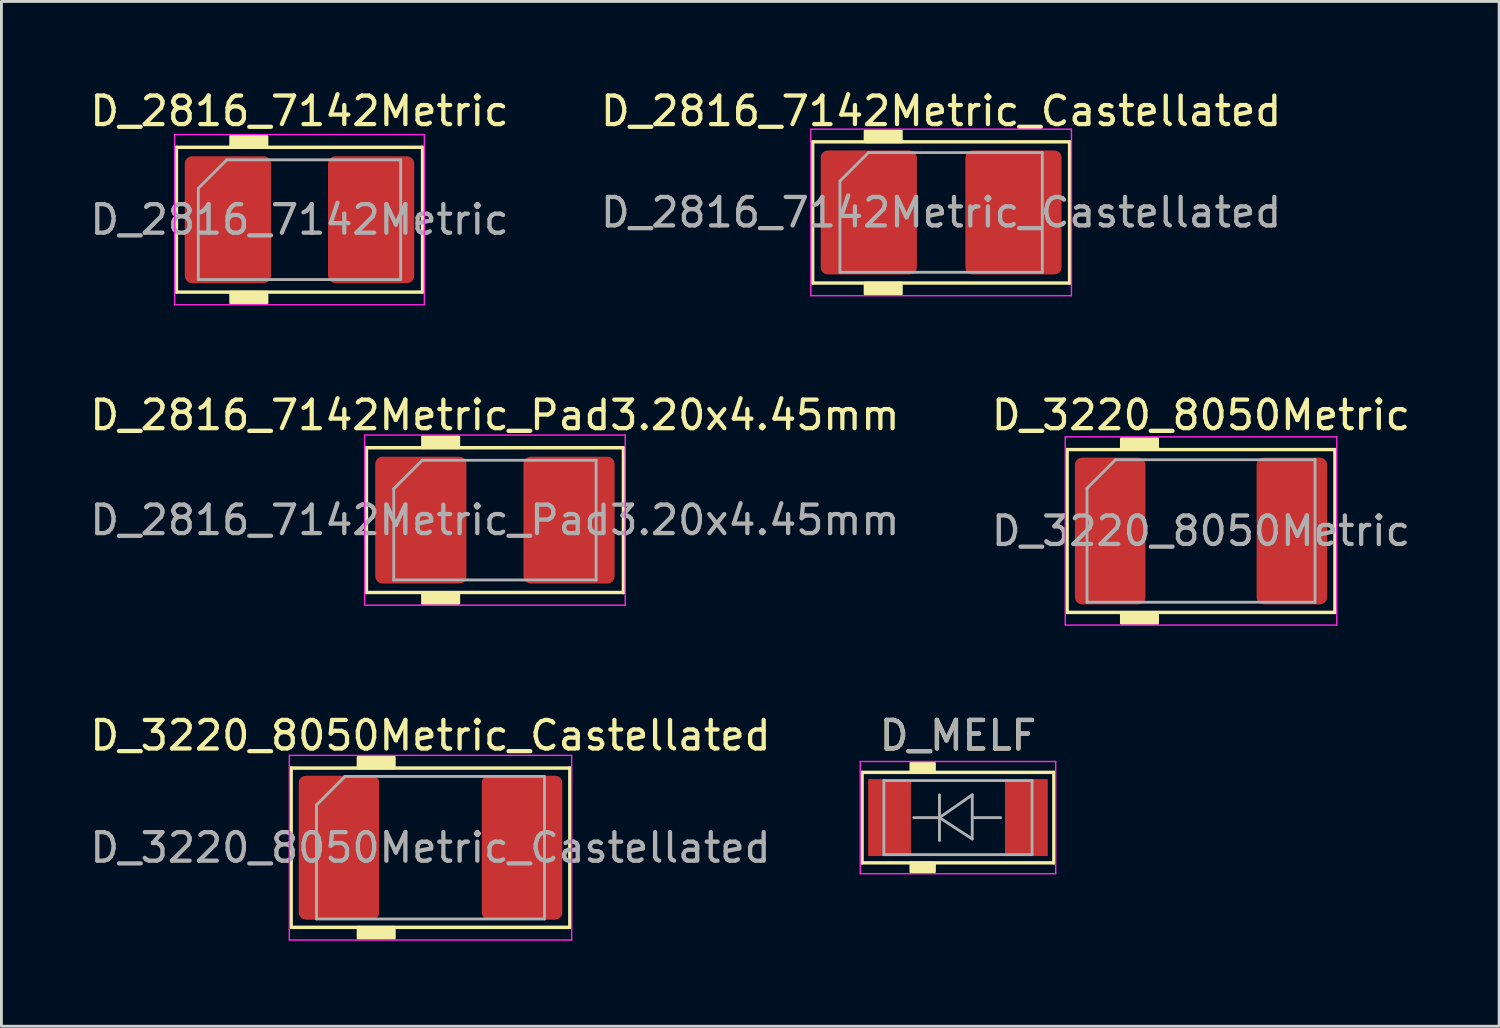
<source format=kicad_pcb>
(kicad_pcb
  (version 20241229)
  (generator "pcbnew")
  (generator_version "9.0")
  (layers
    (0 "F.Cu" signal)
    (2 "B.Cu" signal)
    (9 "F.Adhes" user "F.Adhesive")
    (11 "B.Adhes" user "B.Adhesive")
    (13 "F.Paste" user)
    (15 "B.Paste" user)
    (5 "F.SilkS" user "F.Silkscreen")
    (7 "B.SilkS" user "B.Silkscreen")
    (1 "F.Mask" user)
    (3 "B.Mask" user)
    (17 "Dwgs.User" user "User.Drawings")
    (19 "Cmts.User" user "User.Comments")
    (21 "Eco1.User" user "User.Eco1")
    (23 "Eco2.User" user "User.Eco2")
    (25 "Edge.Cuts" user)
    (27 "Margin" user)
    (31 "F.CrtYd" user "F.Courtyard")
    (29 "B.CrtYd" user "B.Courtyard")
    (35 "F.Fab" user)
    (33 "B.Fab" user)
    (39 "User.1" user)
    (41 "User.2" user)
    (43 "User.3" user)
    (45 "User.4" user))
  (footprint "D_2816_7142Metric_Pad3.20x4.45mm"
    (layer "F.Cu")
    (at 14.315 15.199)
    (property "Reference" "D_2816_7142Metric_Pad3.20x4.45mm" (at 0 -3.683 0) (layer "F.SilkS") (effects (font (size 1 1) (thickness 0.15))))
    (attr smd)
    (fp_line (start -4.508 -2.54) (end -4.508 2.54) (stroke (width 0.12) (type solid)) (layer "F.SilkS"))
    (fp_line (start -4.508 2.54) (end 4.508 2.54) (stroke (width 0.12) (type solid)) (layer "F.SilkS"))
    (fp_line (start 4.508 -2.54) (end -4.508 -2.54) (stroke (width 0.12) (type solid)) (layer "F.SilkS"))
    (fp_line (start 4.508 2.54) (end 4.508 -2.54) (stroke (width 0.12) (type solid)) (layer "F.SilkS"))
    (fp_poly (pts (xy -1.27 -2.54) (xy -2.54 -2.54) (xy -2.54 -2.921) (xy -1.27 -2.921)) (stroke (width 0.1) (type solid)) (fill yes) (layer "F.SilkS"))
    (fp_poly (pts (xy -1.27 2.921) (xy -2.54 2.921) (xy -2.54 2.54) (xy -1.27 2.54)) (stroke (width 0.1) (type solid)) (fill yes) (layer "F.SilkS"))
    (fp_line (start -4.572 -2.985) (end 4.572 -2.985) (stroke (width 0.05) (type solid)) (layer "F.CrtYd"))
    (fp_line (start -4.572 2.985) (end -4.572 -2.985) (stroke (width 0.05) (type solid)) (layer "F.CrtYd"))
    (fp_line (start 4.572 -2.985) (end 4.572 2.985) (stroke (width 0.05) (type solid)) (layer "F.CrtYd"))
    (fp_line (start 4.572 2.985) (end -4.572 2.985) (stroke (width 0.05) (type solid)) (layer "F.CrtYd"))
    (fp_line (start -3.55 -1.1) (end -3.55 2.1) (stroke (width 0.1) (type solid)) (layer "F.Fab"))
    (fp_line (start -3.55 2.1) (end 3.55 2.1) (stroke (width 0.1) (type solid)) (layer "F.Fab"))
    (fp_line (start -2.55 -2.1) (end -3.55 -1.1) (stroke (width 0.1) (type solid)) (layer "F.Fab"))
    (fp_line (start 3.55 -2.1) (end -2.55 -2.1) (stroke (width 0.1) (type solid)) (layer "F.Fab"))
    (fp_line (start 3.55 2.1) (end 3.55 -2.1) (stroke (width 0.1) (type solid)) (layer "F.Fab"))
    (fp_text user "${REFERENCE}" (at 0 0 0) (layer "F.Fab") (effects (font (size 1 1) (thickness 0.15))))
    (pad "1" smd roundrect (at -2.6 0) (size 3.2 4.45) (layers "F.Cu" "F.Mask" "F.Paste") (roundrect_rratio 0.078))
    (pad "2" smd roundrect (at 2.6 0) (size 3.2 4.45) (layers "F.Cu" "F.Mask" "F.Paste") (roundrect_rratio 0.078)))
  (footprint "D_MELF"
    (layer "F.Cu")
    (at 30.561 25.636)
    (property "Reference" "D_MELF" (at 0 -2.881 0) (layer "F.SilkS") (effects (font (size 1 1) (thickness 0.15))))
    (attr smd)
    (fp_line (start -3.365 -1.587) (end 3.365 -1.587) (stroke (width 0.12) (type solid)) (layer "F.SilkS"))
    (fp_line (start -3.365 1.587) (end -3.365 -1.587) (stroke (width 0.12) (type solid)) (layer "F.SilkS"))
    (fp_line (start 3.365 -1.587) (end 3.365 1.587) (stroke (width 0.12) (type solid)) (layer "F.SilkS"))
    (fp_line (start 3.365 1.587) (end -3.365 1.587) (stroke (width 0.12) (type solid)) (layer "F.SilkS"))
    (fp_poly (pts (xy -0.826 -1.587) (xy -1.651 -1.587) (xy -1.651 -1.905) (xy -0.826 -1.905)) (stroke (width 0.1) (type solid)) (fill yes) (layer "F.SilkS"))
    (fp_poly (pts (xy -0.826 1.905) (xy -1.651 1.905) (xy -1.651 1.587) (xy -0.826 1.587)) (stroke (width 0.1) (type solid)) (fill yes) (layer "F.SilkS"))
    (fp_line (start -3.429 -1.968) (end 3.429 -1.968) (stroke (width 0.05) (type solid)) (layer "F.CrtYd"))
    (fp_line (start -3.429 1.968) (end -3.429 -1.968) (stroke (width 0.05) (type solid)) (layer "F.CrtYd"))
    (fp_line (start 3.429 -1.968) (end 3.429 1.968) (stroke (width 0.05) (type solid)) (layer "F.CrtYd"))
    (fp_line (start 3.429 1.968) (end -3.429 1.968) (stroke (width 0.05) (type solid)) (layer "F.CrtYd"))
    (fp_line (start -2.6 -1.3) (end -2.6 1.3) (stroke (width 0.1) (type solid)) (layer "F.Fab"))
    (fp_line (start -2.6 1.3) (end 2.6 1.3) (stroke (width 0.1) (type solid)) (layer "F.Fab"))
    (fp_line (start -0.649 -0.799) (end -0.649 0.801) (stroke (width 0.1) (type solid)) (layer "F.Fab"))
    (fp_line (start -0.649 0.001) (end -1.551 0.001) (stroke (width 0.1) (type solid)) (layer "F.Fab"))
    (fp_line (start -0.649 0.001) (end 0.501 -0.799) (stroke (width 0.1) (type solid)) (layer "F.Fab"))
    (fp_line (start -0.649 0.001) (end 0.501 0.75) (stroke (width 0.1) (type solid)) (layer "F.Fab"))
    (fp_line (start 0.501 0.001) (end 1.499 0.001) (stroke (width 0.1) (type solid)) (layer "F.Fab"))
    (fp_line (start 0.501 0.75) (end 0.501 -0.799) (stroke (width 0.1) (type solid)) (layer "F.Fab"))
    (fp_line (start 2.6 -1.3) (end -2.6 -1.3) (stroke (width 0.1) (type solid)) (layer "F.Fab"))
    (fp_line (start 2.6 1.3) (end 2.6 -1.3) (stroke (width 0.1) (type solid)) (layer "F.Fab"))
    (fp_text user "${REFERENCE}" (at 0 -2.881 0) (layer "F.Fab") (effects (font (size 1 1) (thickness 0.15))))
    (pad "1" smd rect (at -2.4 0) (size 1.5 2.7) (layers "F.Cu" "F.Mask" "F.Paste"))
    (pad "2" smd rect (at 2.4 0) (size 1.5 2.7) (layers "F.Cu" "F.Mask" "F.Paste")))
  (footprint "D_2816_7142Metric_Castellated"
    (layer "F.Cu")
    (at 29.97 4.404)
    (property "Reference" "D_2816_7142Metric_Castellated" (at 0 -3.556 0) (layer "F.SilkS") (effects (font (size 1 1) (thickness 0.15))))
    (attr smd)
    (fp_line (start -4.508 -2.477) (end 4.508 -2.477) (stroke (width 0.12) (type solid)) (layer "F.SilkS"))
    (fp_line (start -4.508 2.477) (end -4.508 -2.477) (stroke (width 0.12) (type solid)) (layer "F.SilkS"))
    (fp_line (start 4.508 -2.477) (end 4.508 2.477) (stroke (width 0.12) (type solid)) (layer "F.SilkS"))
    (fp_line (start 4.508 2.477) (end -4.508 2.477) (stroke (width 0.12) (type solid)) (layer "F.SilkS"))
    (fp_poly (pts (xy -1.397 -2.477) (xy -2.667 -2.477) (xy -2.667 -2.857) (xy -1.397 -2.857)) (stroke (width 0.1) (type solid)) (fill yes) (layer "F.SilkS"))
    (fp_poly (pts (xy -1.397 2.857) (xy -2.667 2.857) (xy -2.667 2.477) (xy -1.397 2.477)) (stroke (width 0.1) (type solid)) (fill yes) (layer "F.SilkS"))
    (fp_line (start -4.572 -2.921) (end 4.572 -2.921) (stroke (width 0.05) (type solid)) (layer "F.CrtYd"))
    (fp_line (start -4.572 2.921) (end -4.572 -2.921) (stroke (width 0.05) (type solid)) (layer "F.CrtYd"))
    (fp_line (start 4.572 -2.921) (end 4.572 2.921) (stroke (width 0.05) (type solid)) (layer "F.CrtYd"))
    (fp_line (start 4.572 2.921) (end -4.572 2.921) (stroke (width 0.05) (type solid)) (layer "F.CrtYd"))
    (fp_line (start -3.55 -1.1) (end -3.55 2.1) (stroke (width 0.1) (type solid)) (layer "F.Fab"))
    (fp_line (start -3.55 2.1) (end 3.55 2.1) (stroke (width 0.1) (type solid)) (layer "F.Fab"))
    (fp_line (start -2.55 -2.1) (end -3.55 -1.1) (stroke (width 0.1) (type solid)) (layer "F.Fab"))
    (fp_line (start 3.55 -2.1) (end -2.55 -2.1) (stroke (width 0.1) (type solid)) (layer "F.Fab"))
    (fp_line (start 3.55 2.1) (end 3.55 -2.1) (stroke (width 0.1) (type solid)) (layer "F.Fab"))
    (fp_text user "${REFERENCE}" (at 0 0 0) (layer "F.Fab") (effects (font (size 1 1) (thickness 0.15))))
    (pad "1" smd roundrect (at -2.538 0) (size 3.375 4.35) (layers "F.Cu" "F.Mask" "F.Paste") (roundrect_rratio 0.074))
    (pad "2" smd roundrect (at 2.538 0) (size 3.375 4.35) (layers "F.Cu" "F.Mask" "F.Paste") (roundrect_rratio 0.074)))
  (footprint "D_3220_8050Metric_Castellated"
    (layer "F.Cu")
    (at 12.054 26.692)
    (property "Reference" "D_3220_8050Metric_Castellated" (at 0 -3.937 0) (layer "F.SilkS") (effects (font (size 1 1) (thickness 0.15))))
    (attr smd)
    (fp_line (start -4.889 -2.794) (end 4.889 -2.794) (stroke (width 0.12) (type solid)) (layer "F.SilkS"))
    (fp_line (start -4.889 2.794) (end -4.889 -2.794) (stroke (width 0.12) (type solid)) (layer "F.SilkS"))
    (fp_line (start 4.889 -2.794) (end 4.889 2.794) (stroke (width 0.12) (type solid)) (layer "F.SilkS"))
    (fp_line (start 4.889 2.794) (end -4.889 2.794) (stroke (width 0.12) (type solid)) (layer "F.SilkS"))
    (fp_poly (pts (xy -1.27 -2.794) (xy -2.54 -2.794) (xy -2.54 -3.175) (xy -1.27 -3.175)) (stroke (width 0.1) (type solid)) (fill yes) (layer "F.SilkS"))
    (fp_poly (pts (xy -1.27 3.175) (xy -2.54 3.175) (xy -2.54 2.794) (xy -1.27 2.794)) (stroke (width 0.1) (type solid)) (fill yes) (layer "F.SilkS"))
    (fp_line (start -4.953 -3.239) (end 4.953 -3.239) (stroke (width 0.05) (type solid)) (layer "F.CrtYd"))
    (fp_line (start -4.953 3.239) (end -4.953 -3.239) (stroke (width 0.05) (type solid)) (layer "F.CrtYd"))
    (fp_line (start 4.953 -3.239) (end 4.953 3.239) (stroke (width 0.05) (type solid)) (layer "F.CrtYd"))
    (fp_line (start 4.953 3.239) (end -4.953 3.239) (stroke (width 0.05) (type solid)) (layer "F.CrtYd"))
    (fp_line (start -4 -1.5) (end -4 2.5) (stroke (width 0.1) (type solid)) (layer "F.Fab"))
    (fp_line (start -4 2.5) (end 4 2.5) (stroke (width 0.1) (type solid)) (layer "F.Fab"))
    (fp_line (start -3 -2.5) (end -4 -1.5) (stroke (width 0.1) (type solid)) (layer "F.Fab"))
    (fp_line (start 4 -2.5) (end -3 -2.5) (stroke (width 0.1) (type solid)) (layer "F.Fab"))
    (fp_line (start 4 2.5) (end 4 -2.5) (stroke (width 0.1) (type solid)) (layer "F.Fab"))
    (fp_text user "${REFERENCE}" (at 0 0 0) (layer "F.Fab") (effects (font (size 1 1) (thickness 0.15))))
    (pad "1" smd roundrect (at -3.212 0) (size 2.825 5.05) (layers "F.Cu" "F.Mask" "F.Paste") (roundrect_rratio 0.088))
    (pad "2" smd roundrect (at 3.212 0) (size 2.825 5.05) (layers "F.Cu" "F.Mask" "F.Paste") (roundrect_rratio 0.088)))
  (footprint "D_3220_8050Metric"
    (layer "F.Cu")
    (at 39.089 15.58)
    (property "Reference" "D_3220_8050Metric" (at 0 -4.064 0) (layer "F.SilkS") (effects (font (size 1 1) (thickness 0.15))))
    (attr smd)
    (fp_line (start -4.699 -2.857) (end 4.699 -2.857) (stroke (width 0.12) (type solid)) (layer "F.SilkS"))
    (fp_line (start -4.699 2.857) (end -4.699 -2.857) (stroke (width 0.12) (type solid)) (layer "F.SilkS"))
    (fp_line (start 4.699 -2.857) (end 4.699 2.857) (stroke (width 0.12) (type solid)) (layer "F.SilkS"))
    (fp_line (start 4.699 2.857) (end -4.699 2.857) (stroke (width 0.12) (type solid)) (layer "F.SilkS"))
    (fp_poly (pts (xy -1.524 -2.857) (xy -2.794 -2.857) (xy -2.794 -3.239) (xy -1.524 -3.239)) (stroke (width 0.1) (type solid)) (fill yes) (layer "F.SilkS"))
    (fp_poly (pts (xy -1.524 3.239) (xy -2.794 3.239) (xy -2.794 2.857) (xy -1.524 2.857)) (stroke (width 0.1) (type solid)) (fill yes) (layer "F.SilkS"))
    (fp_line (start -4.763 -3.302) (end 4.763 -3.302) (stroke (width 0.05) (type solid)) (layer "F.CrtYd"))
    (fp_line (start -4.763 3.302) (end -4.763 -3.302) (stroke (width 0.05) (type solid)) (layer "F.CrtYd"))
    (fp_line (start 4.763 -3.302) (end 4.763 3.302) (stroke (width 0.05) (type solid)) (layer "F.CrtYd"))
    (fp_line (start 4.763 3.302) (end -4.763 3.302) (stroke (width 0.05) (type solid)) (layer "F.CrtYd"))
    (fp_line (start -4 -1.5) (end -4 2.5) (stroke (width 0.1) (type solid)) (layer "F.Fab"))
    (fp_line (start -4 2.5) (end 4 2.5) (stroke (width 0.1) (type solid)) (layer "F.Fab"))
    (fp_line (start -3 -2.5) (end -4 -1.5) (stroke (width 0.1) (type solid)) (layer "F.Fab"))
    (fp_line (start 4 -2.5) (end -3 -2.5) (stroke (width 0.1) (type solid)) (layer "F.Fab"))
    (fp_line (start 4 2.5) (end 4 -2.5) (stroke (width 0.1) (type solid)) (layer "F.Fab"))
    (fp_text user "${REFERENCE}" (at 0 0 0) (layer "F.Fab") (effects (font (size 1 1) (thickness 0.15))))
    (pad "1" smd roundrect (at -3.188 0) (size 2.475 5.15) (layers "F.Cu" "F.Mask" "F.Paste") (roundrect_rratio 0.101))
    (pad "2" smd roundrect (at 3.188 0) (size 2.475 5.15) (layers "F.Cu" "F.Mask" "F.Paste") (roundrect_rratio 0.101)))
  (footprint "D_2816_7142Metric"
    (layer "F.Cu")
    (at 7.458 4.658)
    (property "Reference" "D_2816_7142Metric" (at 0 -3.81 0) (layer "F.SilkS") (effects (font (size 1 1) (thickness 0.15))))
    (attr smd)
    (fp_line (start -4.318 -2.54) (end -4.318 2.54) (stroke (width 0.12) (type solid)) (layer "F.SilkS"))
    (fp_line (start -4.318 2.54) (end 4.318 2.54) (stroke (width 0.12) (type solid)) (layer "F.SilkS"))
    (fp_line (start 4.318 -2.54) (end -4.318 -2.54) (stroke (width 0.12) (type solid)) (layer "F.SilkS"))
    (fp_line (start 4.318 2.54) (end 4.318 -2.54) (stroke (width 0.12) (type solid)) (layer "F.SilkS"))
    (fp_poly (pts (xy -1.143 -2.54) (xy -2.413 -2.54) (xy -2.413 -2.921) (xy -1.143 -2.921)) (stroke (width 0.1) (type solid)) (fill yes) (layer "F.SilkS"))
    (fp_poly (pts (xy -1.143 2.921) (xy -2.413 2.921) (xy -2.413 2.54) (xy -1.143 2.54)) (stroke (width 0.1) (type solid)) (fill yes) (layer "F.SilkS"))
    (fp_line (start -4.381 -2.985) (end 4.381 -2.985) (stroke (width 0.05) (type solid)) (layer "F.CrtYd"))
    (fp_line (start -4.381 2.985) (end -4.381 -2.985) (stroke (width 0.05) (type solid)) (layer "F.CrtYd"))
    (fp_line (start 4.381 -2.985) (end 4.381 2.985) (stroke (width 0.05) (type solid)) (layer "F.CrtYd"))
    (fp_line (start 4.381 2.985) (end -4.381 2.985) (stroke (width 0.05) (type solid)) (layer "F.CrtYd"))
    (fp_line (start -3.55 -1.1) (end -3.55 2.1) (stroke (width 0.1) (type solid)) (layer "F.Fab"))
    (fp_line (start -3.55 2.1) (end 3.55 2.1) (stroke (width 0.1) (type solid)) (layer "F.Fab"))
    (fp_line (start -2.55 -2.1) (end -3.55 -1.1) (stroke (width 0.1) (type solid)) (layer "F.Fab"))
    (fp_line (start 3.55 -2.1) (end -2.55 -2.1) (stroke (width 0.1) (type solid)) (layer "F.Fab"))
    (fp_line (start 3.55 2.1) (end 3.55 -2.1) (stroke (width 0.1) (type solid)) (layer "F.Fab"))
    (fp_text user "${REFERENCE}" (at 0 0 0) (layer "F.Fab") (effects (font (size 1 1) (thickness 0.15))))
    (pad "1" smd roundrect (at -2.513 0) (size 3.025 4.45) (layers "F.Cu" "F.Mask" "F.Paste") (roundrect_rratio 0.083))
    (pad "2" smd roundrect (at 2.513 0) (size 3.025 4.45) (layers "F.Cu" "F.Mask" "F.Paste") (roundrect_rratio 0.083)))
  (gr_rect
    (start -3 -3)
    (end 49.548 32.956)
    (stroke (width 0.1) (type default))
    (fill no)
    (layer "Edge.Cuts")))
</source>
